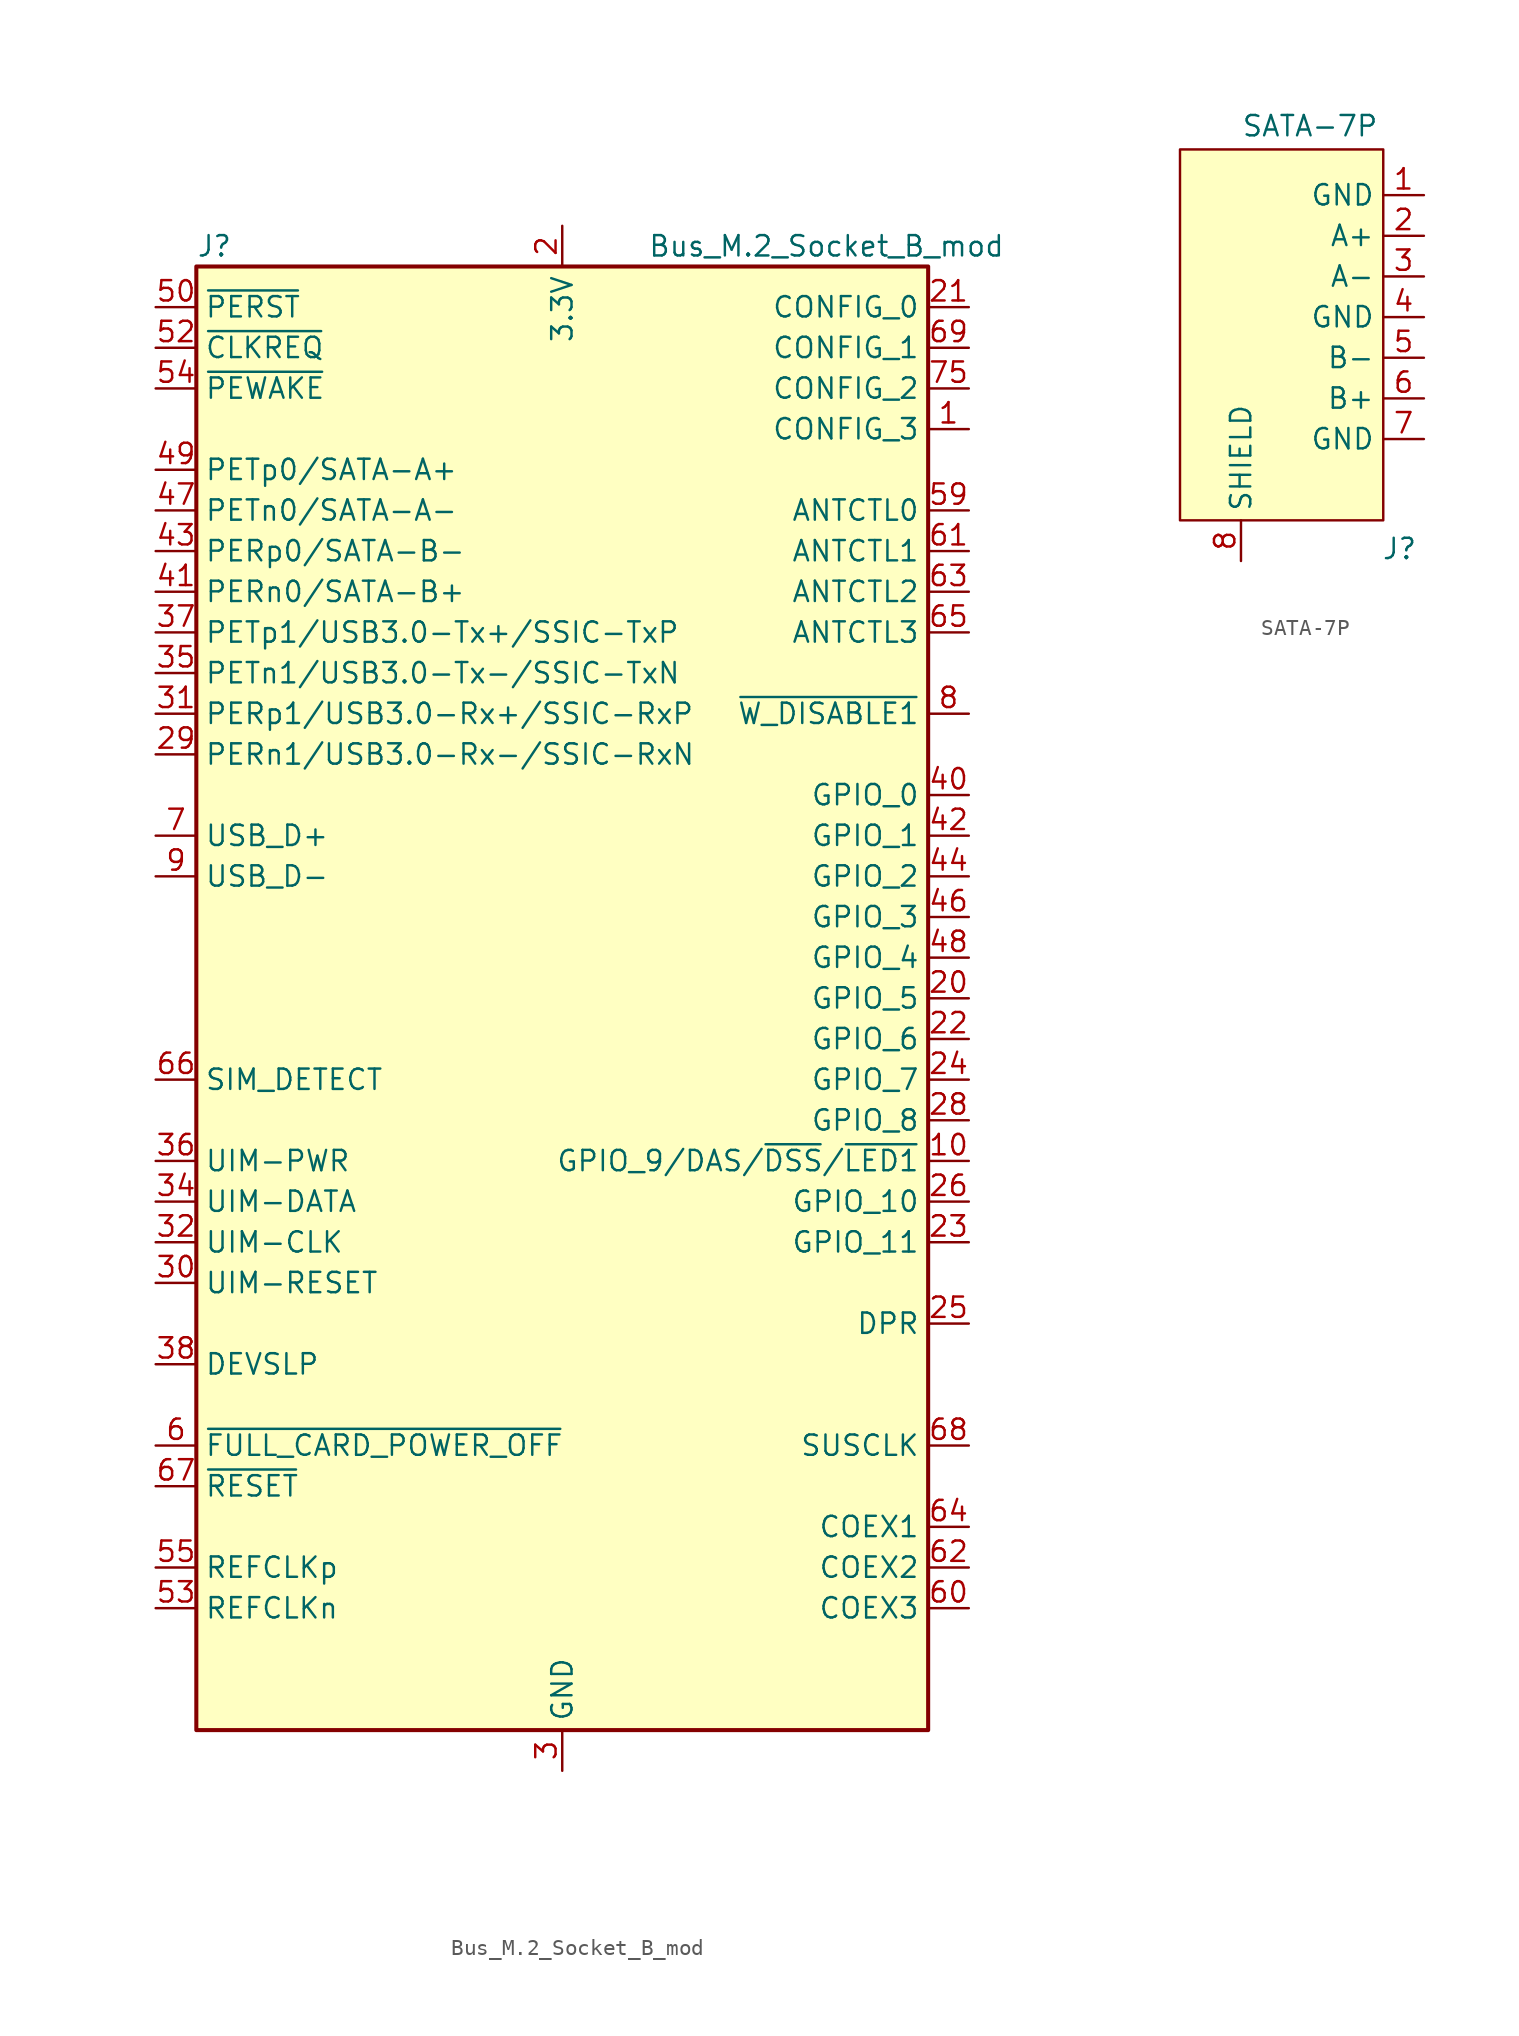
<source format=kicad_sym>
(kicad_symbol_lib
  (version 20241209)
  (generator "kicad_symbol_editor")
  (generator_version "9.0")
  (symbol "Bus_M.2_Socket_B_mod"
    (property "Reference" "J"
      (at -22.86 46.99 0)
      (effects (font (size 1.27 1.27)) (justify left)))
    (property "Value" "Bus_M.2_Socket_B_mod"
      (at 16.51 46.99 0)
      (effects (font (size 1.27 1.27))))
    (symbol "Bus_M.2_Socket_B_mod_0_1"
      (rectangle (start -22.86 45.72) (end 22.86 -45.72) (stroke (width 0.254) (type default)) (fill (type background))))
    (symbol "Bus_M.2_Socket_B_mod_1_1"
      (pin output line (at -25.4 43.18 0) (length 2.54) (name "~{PERST}" (effects (font (size 1.27 1.27)))) (number "50" (effects (font (size 1.27 1.27)))))
      (pin bidirectional line (at -25.4 40.64 0) (length 2.54) (name "~{CLKREQ}" (effects (font (size 1.27 1.27)))) (number "52" (effects (font (size 1.27 1.27)))))
      (pin bidirectional line (at -25.4 38.1 0) (length 2.54) (name "~{PEWAKE}" (effects (font (size 1.27 1.27)))) (number "54" (effects (font (size 1.27 1.27)))))
      (pin output line (at -25.4 33.02 0) (length 2.54) (name "PETp0/SATA-A+" (effects (font (size 1.27 1.27)))) (number "49" (effects (font (size 1.27 1.27)))))
      (pin output line (at -25.4 30.48 0) (length 2.54) (name "PETn0/SATA-A-" (effects (font (size 1.27 1.27)))) (number "47" (effects (font (size 1.27 1.27)))))
      (pin input line (at -25.4 27.94 0) (length 2.54) (name "PERp0/SATA-B-" (effects (font (size 1.27 1.27)))) (number "43" (effects (font (size 1.27 1.27)))))
      (pin input line (at -25.4 25.4 0) (length 2.54) (name "PERn0/SATA-B+" (effects (font (size 1.27 1.27)))) (number "41" (effects (font (size 1.27 1.27)))))
      (pin output line (at -25.4 22.86 0) (length 2.54) (name "PETp1/USB3.0-Tx+/SSIC-TxP" (effects (font (size 1.27 1.27)))) (number "37" (effects (font (size 1.27 1.27)))))
      (pin output line (at -25.4 20.32 0) (length 2.54) (name "PETn1/USB3.0-Tx-/SSIC-TxN" (effects (font (size 1.27 1.27)))) (number "35" (effects (font (size 1.27 1.27)))))
      (pin input line (at -25.4 17.78 0) (length 2.54) (name "PERp1/USB3.0-Rx+/SSIC-RxP" (effects (font (size 1.27 1.27)))) (number "31" (effects (font (size 1.27 1.27)))))
      (pin input line (at -25.4 15.24 0) (length 2.54) (name "PERn1/USB3.0-Rx-/SSIC-RxN" (effects (font (size 1.27 1.27)))) (number "29" (effects (font (size 1.27 1.27)))))
      (pin bidirectional line (at -25.4 10.16 0) (length 2.54) (name "USB_D+" (effects (font (size 1.27 1.27)))) (number "7" (effects (font (size 1.27 1.27)))))
      (pin bidirectional line (at -25.4 7.62 0) (length 2.54) (name "USB_D-" (effects (font (size 1.27 1.27)))) (number "9" (effects (font (size 1.27 1.27)))))
      (pin output line (at -25.4 -5.08 0) (length 2.54) (name "SIM_DETECT" (effects (font (size 1.27 1.27)))) (number "66" (effects (font (size 1.27 1.27)))))
      (pin input line (at -25.4 -10.16 0) (length 2.54) (name "UIM-PWR" (effects (font (size 1.27 1.27)))) (number "36" (effects (font (size 1.27 1.27)))))
      (pin bidirectional line (at -25.4 -12.7 0) (length 2.54) (name "UIM-DATA" (effects (font (size 1.27 1.27)))) (number "34" (effects (font (size 1.27 1.27)))))
      (pin input line (at -25.4 -15.24 0) (length 2.54) (name "UIM-CLK" (effects (font (size 1.27 1.27)))) (number "32" (effects (font (size 1.27 1.27)))))
      (pin input line (at -25.4 -17.78 0) (length 2.54) (name "UIM-RESET" (effects (font (size 1.27 1.27)))) (number "30" (effects (font (size 1.27 1.27)))))
      (pin output line (at -25.4 -22.86 0) (length 2.54) (name "DEVSLP" (effects (font (size 1.27 1.27)))) (number "38" (effects (font (size 1.27 1.27)))))
      (pin output line (at -25.4 -27.94 0) (length 2.54) (name "~{FULL_CARD_POWER_OFF}" (effects (font (size 1.27 1.27)))) (number "6" (effects (font (size 1.27 1.27)))))
      (pin output line (at -25.4 -30.48 0) (length 2.54) (name "~{RESET}" (effects (font (size 1.27 1.27)))) (number "67" (effects (font (size 1.27 1.27)))))
      (pin output line (at -25.4 -35.56 0) (length 2.54) (name "REFCLKp" (effects (font (size 1.27 1.27)))) (number "55" (effects (font (size 1.27 1.27)))))
      (pin output line (at -25.4 -38.1 0) (length 2.54) (name "REFCLKn" (effects (font (size 1.27 1.27)))) (number "53" (effects (font (size 1.27 1.27)))))
      (pin power_in line (at 0 48.26 270) (length 2.54) (name "3.3V" (effects (font (size 1.27 1.27)))) (number "2" (effects (font (size 1.27 1.27)))))
      (pin passive line (at 0 48.26 270) (length 2.54) (hide yes) (name "3.3V" (effects (font (size 1.27 1.27)))) (number "4" (effects (font (size 1.27 1.27)))))
      (pin passive line (at 0 48.26 270) (length 2.54) (hide yes) (name "3.3V" (effects (font (size 1.27 1.27)))) (number "70" (effects (font (size 1.27 1.27)))))
      (pin passive line (at 0 48.26 270) (length 2.54) (hide yes) (name "3.3V" (effects (font (size 1.27 1.27)))) (number "72" (effects (font (size 1.27 1.27)))))
      (pin passive line (at 0 48.26 270) (length 2.54) (hide yes) (name "3.3V" (effects (font (size 1.27 1.27)))) (number "74" (effects (font (size 1.27 1.27)))))
      (pin passive line (at 0 -48.26 90) (length 2.54) (hide yes) (name "GND" (effects (font (size 1.27 1.27)))) (number "11" (effects (font (size 1.27 1.27)))))
      (pin passive line (at 0 -48.26 90) (length 2.54) (hide yes) (name "GND" (effects (font (size 1.27 1.27)))) (number "P1" (effects (font (size 1.27 1.27)))))
      (pin passive line (at 0 -48.26 90) (length 2.54) (hide yes) (name "GND" (effects (font (size 1.27 1.27)))) (number "P2" (effects (font (size 1.27 1.27)))))
      (pin passive line (at 0 -48.26 90) (length 2.54) (hide yes) (name "GND" (effects (font (size 1.27 1.27)))) (number "27" (effects (font (size 1.27 1.27)))))
      (pin power_in line (at 0 -48.26 90) (length 2.54) (name "GND" (effects (font (size 1.27 1.27)))) (number "3" (effects (font (size 1.27 1.27)))))
      (pin passive line (at 0 -48.26 90) (length 2.54) (hide yes) (name "GND" (effects (font (size 1.27 1.27)))) (number "33" (effects (font (size 1.27 1.27)))))
      (pin passive line (at 0 -48.26 90) (length 2.54) (hide yes) (name "GND" (effects (font (size 1.27 1.27)))) (number "39" (effects (font (size 1.27 1.27)))))
      (pin passive line (at 0 -48.26 90) (length 2.54) (hide yes) (name "GND" (effects (font (size 1.27 1.27)))) (number "45" (effects (font (size 1.27 1.27)))))
      (pin passive line (at 0 -48.26 90) (length 2.54) (hide yes) (name "GND" (effects (font (size 1.27 1.27)))) (number "5" (effects (font (size 1.27 1.27)))))
      (pin passive line (at 0 -48.26 90) (length 2.54) (hide yes) (name "GND" (effects (font (size 1.27 1.27)))) (number "51" (effects (font (size 1.27 1.27)))))
      (pin passive line (at 0 -48.26 90) (length 2.54) (hide yes) (name "GND" (effects (font (size 1.27 1.27)))) (number "57" (effects (font (size 1.27 1.27)))))
      (pin passive line (at 0 -48.26 90) (length 2.54) (hide yes) (name "GND" (effects (font (size 1.27 1.27)))) (number "71" (effects (font (size 1.27 1.27)))))
      (pin passive line (at 0 -48.26 90) (length 2.54) (hide yes) (name "GND" (effects (font (size 1.27 1.27)))) (number "73" (effects (font (size 1.27 1.27)))))
      (pin no_connect line (at 22.86 -40.64 180) (length 2.54) (hide yes) (name "NC" (effects (font (size 1.27 1.27)))) (number "58" (effects (font (size 1.27 1.27)))))
      (pin no_connect line (at 22.86 -43.18 180) (length 2.54) (hide yes) (name "NC" (effects (font (size 1.27 1.27)))) (number "56" (effects (font (size 1.27 1.27)))))
      (pin input line (at 25.4 43.18 180) (length 2.54) (name "CONFIG_0" (effects (font (size 1.27 1.27)))) (number "21" (effects (font (size 1.27 1.27)))))
      (pin input line (at 25.4 40.64 180) (length 2.54) (name "CONFIG_1" (effects (font (size 1.27 1.27)))) (number "69" (effects (font (size 1.27 1.27)))))
      (pin input line (at 25.4 38.1 180) (length 2.54) (name "CONFIG_2" (effects (font (size 1.27 1.27)))) (number "75" (effects (font (size 1.27 1.27)))))
      (pin input line (at 25.4 35.56 180) (length 2.54) (name "CONFIG_3" (effects (font (size 1.27 1.27)))) (number "1" (effects (font (size 1.27 1.27)))))
      (pin input line (at 25.4 30.48 180) (length 2.54) (name "ANTCTL0" (effects (font (size 1.27 1.27)))) (number "59" (effects (font (size 1.27 1.27)))))
      (pin input line (at 25.4 27.94 180) (length 2.54) (name "ANTCTL1" (effects (font (size 1.27 1.27)))) (number "61" (effects (font (size 1.27 1.27)))))
      (pin input line (at 25.4 25.4 180) (length 2.54) (name "ANTCTL2" (effects (font (size 1.27 1.27)))) (number "63" (effects (font (size 1.27 1.27)))))
      (pin input line (at 25.4 22.86 180) (length 2.54) (name "ANTCTL3" (effects (font (size 1.27 1.27)))) (number "65" (effects (font (size 1.27 1.27)))))
      (pin output line (at 25.4 17.78 180) (length 2.54) (name "~{W_DISABLE1}" (effects (font (size 1.27 1.27)))) (number "8" (effects (font (size 1.27 1.27)))))
      (pin bidirectional line (at 25.4 12.7 180) (length 2.54) (name "GPIO_0" (effects (font (size 1.27 1.27)))) (number "40" (effects (font (size 1.27 1.27)))))
      (pin bidirectional line (at 25.4 10.16 180) (length 2.54) (name "GPIO_1" (effects (font (size 1.27 1.27)))) (number "42" (effects (font (size 1.27 1.27)))))
      (pin bidirectional line (at 25.4 7.62 180) (length 2.54) (name "GPIO_2" (effects (font (size 1.27 1.27)))) (number "44" (effects (font (size 1.27 1.27)))))
      (pin bidirectional line (at 25.4 5.08 180) (length 2.54) (name "GPIO_3" (effects (font (size 1.27 1.27)))) (number "46" (effects (font (size 1.27 1.27)))))
      (pin bidirectional line (at 25.4 2.54 180) (length 2.54) (name "GPIO_4" (effects (font (size 1.27 1.27)))) (number "48" (effects (font (size 1.27 1.27)))))
      (pin bidirectional line (at 25.4 0 180) (length 2.54) (name "GPIO_5" (effects (font (size 1.27 1.27)))) (number "20" (effects (font (size 1.27 1.27)))))
      (pin bidirectional line (at 25.4 -2.54 180) (length 2.54) (name "GPIO_6" (effects (font (size 1.27 1.27)))) (number "22" (effects (font (size 1.27 1.27)))))
      (pin bidirectional line (at 25.4 -5.08 180) (length 2.54) (name "GPIO_7" (effects (font (size 1.27 1.27)))) (number "24" (effects (font (size 1.27 1.27)))))
      (pin bidirectional line (at 25.4 -7.62 180) (length 2.54) (name "GPIO_8" (effects (font (size 1.27 1.27)))) (number "28" (effects (font (size 1.27 1.27)))))
      (pin bidirectional line (at 25.4 -10.16 180) (length 2.54) (name "GPIO_9/DAS/~{DSS}/~{LED1}" (effects (font (size 1.27 1.27)))) (number "10" (effects (font (size 1.27 1.27)))))
      (pin bidirectional line (at 25.4 -12.7 180) (length 2.54) (name "GPIO_10" (effects (font (size 1.27 1.27)))) (number "26" (effects (font (size 1.27 1.27)))))
      (pin bidirectional line (at 25.4 -15.24 180) (length 2.54) (name "GPIO_11" (effects (font (size 1.27 1.27)))) (number "23" (effects (font (size 1.27 1.27)))))
      (pin output line (at 25.4 -20.32 180) (length 2.54) (name "DPR" (effects (font (size 1.27 1.27)))) (number "25" (effects (font (size 1.27 1.27)))))
      (pin output line (at 25.4 -27.94 180) (length 2.54) (name "SUSCLK" (effects (font (size 1.27 1.27)))) (number "68" (effects (font (size 1.27 1.27)))))
      (pin bidirectional line (at 25.4 -33.02 180) (length 2.54) (name "COEX1" (effects (font (size 1.27 1.27)))) (number "64" (effects (font (size 1.27 1.27)))))
      (pin bidirectional line (at 25.4 -35.56 180) (length 2.54) (name "COEX2" (effects (font (size 1.27 1.27)))) (number "62" (effects (font (size 1.27 1.27)))))
      (pin bidirectional line (at 25.4 -38.1 180) (length 2.54) (name "COEX3" (effects (font (size 1.27 1.27)))) (number "60" (effects (font (size 1.27 1.27)))))))
  (symbol "SATA-7P"
    (property "Reference" "J"
      (at 6.096 -15.748 0)
      (effects (font (size 1.27 1.27))))
    (property "Value" "SATA-7P"
      (at 0.508 10.668 0)
      (effects (font (size 1.27 1.27))))
    (symbol "SATA-7P_1_1"
      (rectangle (start -7.62 9.207) (end 5.08 -13.97) (stroke (width 0) (type solid)) (fill (type background)))
      (pin passive line (at -3.81 -16.51 90) (length 2.54) (name "SHIELD" (effects (font (size 1.27 1.27)))) (number "8" (effects (font (size 1.27 1.27)))))
      (pin bidirectional line (at 7.62 6.35 180) (length 2.54) (name "GND" (effects (font (size 1.27 1.27)))) (number "1" (effects (font (size 1.27 1.27)))))
      (pin bidirectional line (at 7.62 3.81 180) (length 2.54) (name "A+" (effects (font (size 1.27 1.27)))) (number "2" (effects (font (size 1.27 1.27)))))
      (pin bidirectional line (at 7.62 1.27 180) (length 2.54) (name "A-" (effects (font (size 1.27 1.27)))) (number "3" (effects (font (size 1.27 1.27)))))
      (pin bidirectional line (at 7.62 -1.27 180) (length 2.54) (name "GND" (effects (font (size 1.27 1.27)))) (number "4" (effects (font (size 1.27 1.27)))))
      (pin bidirectional line (at 7.62 -3.81 180) (length 2.54) (name "B-" (effects (font (size 1.27 1.27)))) (number "5" (effects (font (size 1.27 1.27)))))
      (pin bidirectional line (at 7.62 -6.35 180) (length 2.54) (name "B+" (effects (font (size 1.27 1.27)))) (number "6" (effects (font (size 1.27 1.27)))))
      (pin bidirectional line (at 7.62 -8.89 180) (length 2.54) (name "GND" (effects (font (size 1.27 1.27)))) (number "7" (effects (font (size 1.27 1.27))))))))
</source>
